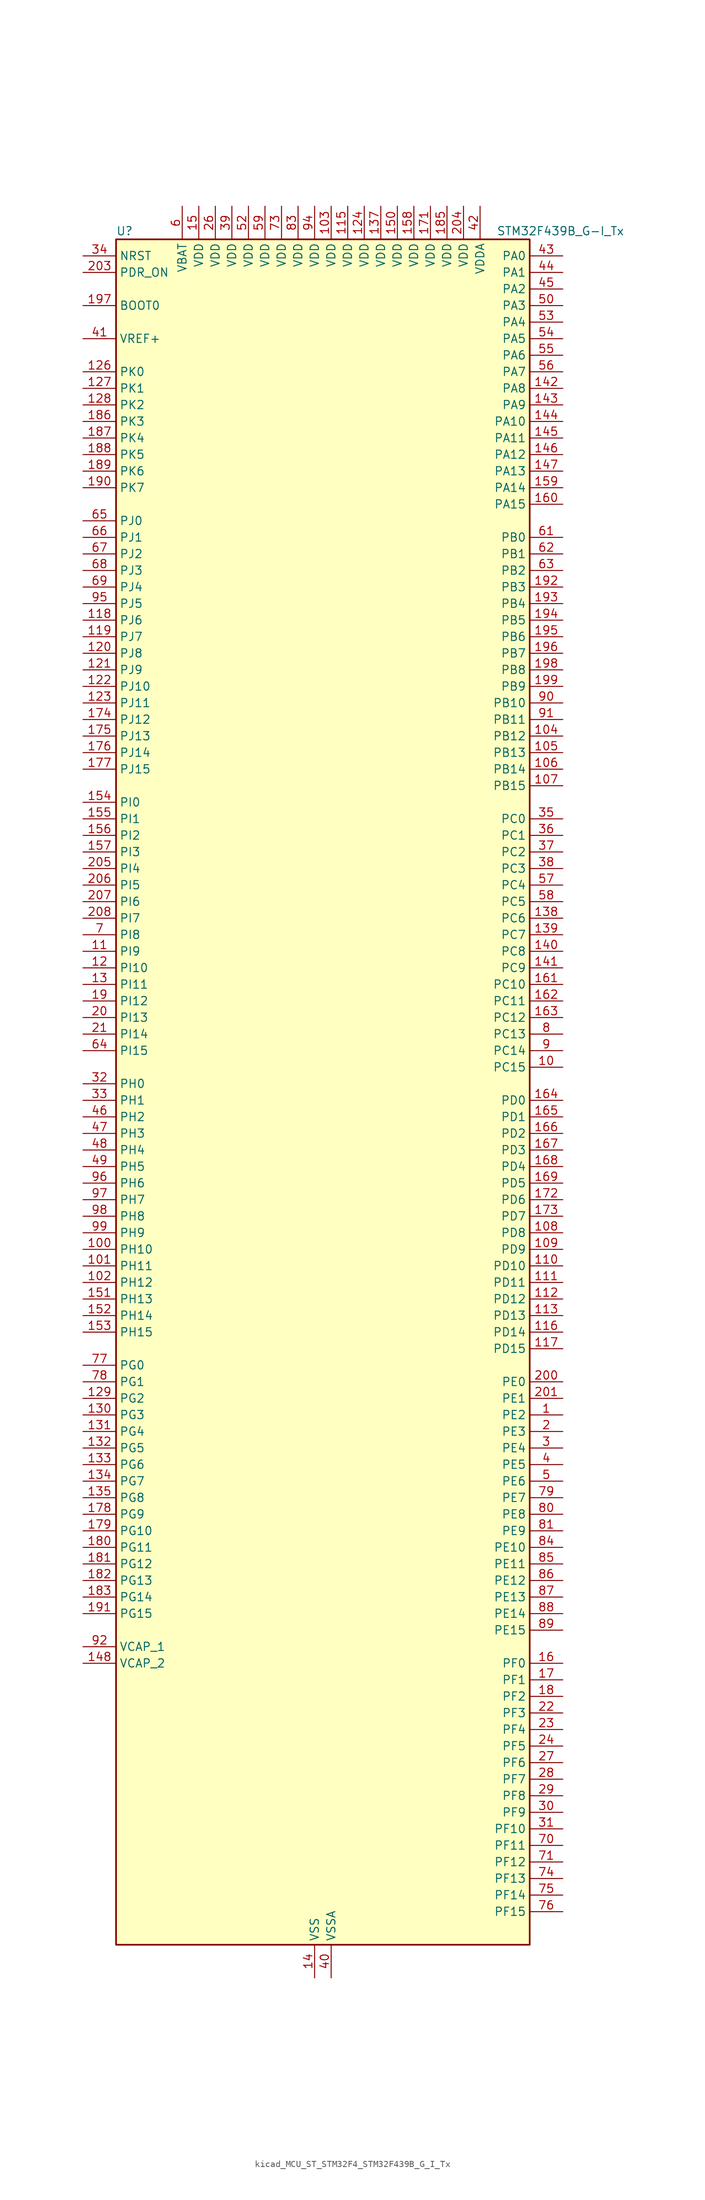
<source format=kicad_sym>
(kicad_symbol_lib
  (version 20220914)
  (generator kicad_symbol_editor)
  (symbol "kicad_MCU_ST_STM32F4_STM32F439B_G_I_Tx"
    (property "Reference" "U"
      (at -30.48 133.35 0)
      (effects (font (size 1.27 1.27)) (justify left)))
    (property "Value" "STM32F439B_G-I_Tx"
      (at 27.94 133.35 0)
      (effects (font (size 1.27 1.27)) (justify left)))
    (property "ki_locked" ""
      (at 0 0 0)
      (effects (font (size 1.27 1.27))))
    (symbol "kicad_MCU_ST_STM32F4_STM32F439B_G_I_Tx_0_1"
      (rectangle (start -30.48 -129.54) (end 33.02 132.08) (stroke (width 0.254) (type default)) (fill (type background))))
    (symbol "kicad_MCU_ST_STM32F4_STM32F439B_G_I_Tx_1_1"
      (pin bidirectional line (at 38.1 -48.26 180) (length 5.08) (name "PE2" (effects (font (size 1.27 1.27)))) (number "1" (effects (font (size 1.27 1.27)))) (alternate "ETH_TXD3" bidirectional line) (alternate "FMC_A23" bidirectional line) (alternate "SAI1_MCLK_A" bidirectional line) (alternate "SPI4_SCK" bidirectional line) (alternate "SYS_TRACECLK" bidirectional line))
      (pin bidirectional line (at 38.1 5.08 180) (length 5.08) (name "PC15" (effects (font (size 1.27 1.27)))) (number "10" (effects (font (size 1.27 1.27)))) (alternate "ADC1_EXTI15" bidirectional line) (alternate "ADC2_EXTI15" bidirectional line) (alternate "ADC3_EXTI15" bidirectional line) (alternate "RCC_OSC32_OUT" bidirectional line))
      (pin bidirectional line (at -35.56 -22.86 0) (length 5.08) (name "PH10" (effects (font (size 1.27 1.27)))) (number "100" (effects (font (size 1.27 1.27)))) (alternate "DCMI_D1" bidirectional line) (alternate "FMC_D18" bidirectional line) (alternate "LTDC_R4" bidirectional line) (alternate "TIM5_CH1" bidirectional line))
      (pin bidirectional line (at -35.56 -25.4 0) (length 5.08) (name "PH11" (effects (font (size 1.27 1.27)))) (number "101" (effects (font (size 1.27 1.27)))) (alternate "ADC1_EXTI11" bidirectional line) (alternate "ADC2_EXTI11" bidirectional line) (alternate "ADC3_EXTI11" bidirectional line) (alternate "DCMI_D2" bidirectional line) (alternate "FMC_D19" bidirectional line) (alternate "LTDC_R5" bidirectional line) (alternate "TIM5_CH2" bidirectional line))
      (pin bidirectional line (at -35.56 -27.94 0) (length 5.08) (name "PH12" (effects (font (size 1.27 1.27)))) (number "102" (effects (font (size 1.27 1.27)))) (alternate "DCMI_D3" bidirectional line) (alternate "FMC_D20" bidirectional line) (alternate "LTDC_R6" bidirectional line) (alternate "TIM5_CH3" bidirectional line))
      (pin power_in line (at 2.54 137.16 270) (length 5.08) (name "VDD" (effects (font (size 1.27 1.27)))) (number "103" (effects (font (size 1.27 1.27)))))
      (pin bidirectional line (at 38.1 55.88 180) (length 5.08) (name "PB12" (effects (font (size 1.27 1.27)))) (number "104" (effects (font (size 1.27 1.27)))) (alternate "CAN2_RX" bidirectional line) (alternate "ETH_TXD0" bidirectional line) (alternate "I2C2_SMBA" bidirectional line) (alternate "I2S2_WS" bidirectional line) (alternate "SPI2_NSS" bidirectional line) (alternate "TIM1_BKIN" bidirectional line) (alternate "USART3_CK" bidirectional line) (alternate "USB_OTG_HS_ID" bidirectional line) (alternate "USB_OTG_HS_ULPI_D5" bidirectional line))
      (pin bidirectional line (at 38.1 53.34 180) (length 5.08) (name "PB13" (effects (font (size 1.27 1.27)))) (number "105" (effects (font (size 1.27 1.27)))) (alternate "CAN2_TX" bidirectional line) (alternate "ETH_TXD1" bidirectional line) (alternate "I2S2_CK" bidirectional line) (alternate "SPI2_SCK" bidirectional line) (alternate "TIM1_CH1N" bidirectional line) (alternate "USART3_CTS" bidirectional line) (alternate "USB_OTG_HS_ULPI_D6" bidirectional line) (alternate "USB_OTG_HS_VBUS" bidirectional line))
      (pin bidirectional line (at 38.1 50.8 180) (length 5.08) (name "PB14" (effects (font (size 1.27 1.27)))) (number "106" (effects (font (size 1.27 1.27)))) (alternate "I2S2_ext_SD" bidirectional line) (alternate "SPI2_MISO" bidirectional line) (alternate "TIM12_CH1" bidirectional line) (alternate "TIM1_CH2N" bidirectional line) (alternate "TIM8_CH2N" bidirectional line) (alternate "USART3_RTS" bidirectional line) (alternate "USB_OTG_HS_DM" bidirectional line))
      (pin bidirectional line (at 38.1 48.26 180) (length 5.08) (name "PB15" (effects (font (size 1.27 1.27)))) (number "107" (effects (font (size 1.27 1.27)))) (alternate "ADC1_EXTI15" bidirectional line) (alternate "ADC2_EXTI15" bidirectional line) (alternate "ADC3_EXTI15" bidirectional line) (alternate "I2S2_SD" bidirectional line) (alternate "RTC_REFIN" bidirectional line) (alternate "SPI2_MOSI" bidirectional line) (alternate "TIM12_CH2" bidirectional line) (alternate "TIM1_CH3N" bidirectional line) (alternate "TIM8_CH3N" bidirectional line) (alternate "USB_OTG_HS_DP" bidirectional line))
      (pin bidirectional line (at 38.1 -20.32 180) (length 5.08) (name "PD8" (effects (font (size 1.27 1.27)))) (number "108" (effects (font (size 1.27 1.27)))) (alternate "FMC_D13" bidirectional line) (alternate "FMC_DA13" bidirectional line) (alternate "USART3_TX" bidirectional line))
      (pin bidirectional line (at 38.1 -22.86 180) (length 5.08) (name "PD9" (effects (font (size 1.27 1.27)))) (number "109" (effects (font (size 1.27 1.27)))) (alternate "DAC_EXTI9" bidirectional line) (alternate "FMC_D14" bidirectional line) (alternate "FMC_DA14" bidirectional line) (alternate "USART3_RX" bidirectional line))
      (pin bidirectional line (at -35.56 22.86 0) (length 5.08) (name "PI9" (effects (font (size 1.27 1.27)))) (number "11" (effects (font (size 1.27 1.27)))) (alternate "CAN1_RX" bidirectional line) (alternate "DAC_EXTI9" bidirectional line) (alternate "FMC_D30" bidirectional line) (alternate "LTDC_VSYNC" bidirectional line))
      (pin bidirectional line (at 38.1 -25.4 180) (length 5.08) (name "PD10" (effects (font (size 1.27 1.27)))) (number "110" (effects (font (size 1.27 1.27)))) (alternate "FMC_D15" bidirectional line) (alternate "FMC_DA15" bidirectional line) (alternate "LTDC_B3" bidirectional line) (alternate "USART3_CK" bidirectional line))
      (pin bidirectional line (at 38.1 -27.94 180) (length 5.08) (name "PD11" (effects (font (size 1.27 1.27)))) (number "111" (effects (font (size 1.27 1.27)))) (alternate "ADC1_EXTI11" bidirectional line) (alternate "ADC2_EXTI11" bidirectional line) (alternate "ADC3_EXTI11" bidirectional line) (alternate "FMC_A16" bidirectional line) (alternate "FMC_CLE" bidirectional line) (alternate "USART3_CTS" bidirectional line))
      (pin bidirectional line (at 38.1 -30.48 180) (length 5.08) (name "PD12" (effects (font (size 1.27 1.27)))) (number "112" (effects (font (size 1.27 1.27)))) (alternate "FMC_A17" bidirectional line) (alternate "FMC_ALE" bidirectional line) (alternate "TIM4_CH1" bidirectional line) (alternate "USART3_RTS" bidirectional line))
      (pin bidirectional line (at 38.1 -33.02 180) (length 5.08) (name "PD13" (effects (font (size 1.27 1.27)))) (number "113" (effects (font (size 1.27 1.27)))) (alternate "FMC_A18" bidirectional line) (alternate "TIM4_CH2" bidirectional line))
      (pin passive line (at 0 -134.62 90) (length 5.08) hide (name "VSS" (effects (font (size 1.27 1.27)))) (number "114" (effects (font (size 1.27 1.27)))))
      (pin power_in line (at 5.08 137.16 270) (length 5.08) (name "VDD" (effects (font (size 1.27 1.27)))) (number "115" (effects (font (size 1.27 1.27)))))
      (pin bidirectional line (at 38.1 -35.56 180) (length 5.08) (name "PD14" (effects (font (size 1.27 1.27)))) (number "116" (effects (font (size 1.27 1.27)))) (alternate "FMC_D0" bidirectional line) (alternate "FMC_DA0" bidirectional line) (alternate "TIM4_CH3" bidirectional line))
      (pin bidirectional line (at 38.1 -38.1 180) (length 5.08) (name "PD15" (effects (font (size 1.27 1.27)))) (number "117" (effects (font (size 1.27 1.27)))) (alternate "ADC1_EXTI15" bidirectional line) (alternate "ADC2_EXTI15" bidirectional line) (alternate "ADC3_EXTI15" bidirectional line) (alternate "FMC_D1" bidirectional line) (alternate "FMC_DA1" bidirectional line) (alternate "TIM4_CH4" bidirectional line))
      (pin bidirectional line (at -35.56 73.66 0) (length 5.08) (name "PJ6" (effects (font (size 1.27 1.27)))) (number "118" (effects (font (size 1.27 1.27)))) (alternate "LTDC_R7" bidirectional line))
      (pin bidirectional line (at -35.56 71.12 0) (length 5.08) (name "PJ7" (effects (font (size 1.27 1.27)))) (number "119" (effects (font (size 1.27 1.27)))) (alternate "LTDC_G0" bidirectional line))
      (pin bidirectional line (at -35.56 20.32 0) (length 5.08) (name "PI10" (effects (font (size 1.27 1.27)))) (number "12" (effects (font (size 1.27 1.27)))) (alternate "ETH_RX_ER" bidirectional line) (alternate "FMC_D31" bidirectional line) (alternate "LTDC_HSYNC" bidirectional line))
      (pin bidirectional line (at -35.56 68.58 0) (length 5.08) (name "PJ8" (effects (font (size 1.27 1.27)))) (number "120" (effects (font (size 1.27 1.27)))) (alternate "LTDC_G1" bidirectional line))
      (pin bidirectional line (at -35.56 66.04 0) (length 5.08) (name "PJ9" (effects (font (size 1.27 1.27)))) (number "121" (effects (font (size 1.27 1.27)))) (alternate "DAC_EXTI9" bidirectional line) (alternate "LTDC_G2" bidirectional line))
      (pin bidirectional line (at -35.56 63.5 0) (length 5.08) (name "PJ10" (effects (font (size 1.27 1.27)))) (number "122" (effects (font (size 1.27 1.27)))) (alternate "LTDC_G3" bidirectional line))
      (pin bidirectional line (at -35.56 60.96 0) (length 5.08) (name "PJ11" (effects (font (size 1.27 1.27)))) (number "123" (effects (font (size 1.27 1.27)))) (alternate "ADC1_EXTI11" bidirectional line) (alternate "ADC2_EXTI11" bidirectional line) (alternate "ADC3_EXTI11" bidirectional line) (alternate "LTDC_G4" bidirectional line))
      (pin power_in line (at 7.62 137.16 270) (length 5.08) (name "VDD" (effects (font (size 1.27 1.27)))) (number "124" (effects (font (size 1.27 1.27)))))
      (pin passive line (at 0 -134.62 90) (length 5.08) hide (name "VSS" (effects (font (size 1.27 1.27)))) (number "125" (effects (font (size 1.27 1.27)))))
      (pin bidirectional line (at -35.56 111.76 0) (length 5.08) (name "PK0" (effects (font (size 1.27 1.27)))) (number "126" (effects (font (size 1.27 1.27)))) (alternate "LTDC_G5" bidirectional line))
      (pin bidirectional line (at -35.56 109.22 0) (length 5.08) (name "PK1" (effects (font (size 1.27 1.27)))) (number "127" (effects (font (size 1.27 1.27)))) (alternate "LTDC_G6" bidirectional line))
      (pin bidirectional line (at -35.56 106.68 0) (length 5.08) (name "PK2" (effects (font (size 1.27 1.27)))) (number "128" (effects (font (size 1.27 1.27)))) (alternate "LTDC_G7" bidirectional line))
      (pin bidirectional line (at -35.56 -45.72 0) (length 5.08) (name "PG2" (effects (font (size 1.27 1.27)))) (number "129" (effects (font (size 1.27 1.27)))) (alternate "FMC_A12" bidirectional line))
      (pin bidirectional line (at -35.56 17.78 0) (length 5.08) (name "PI11" (effects (font (size 1.27 1.27)))) (number "13" (effects (font (size 1.27 1.27)))) (alternate "ADC1_EXTI11" bidirectional line) (alternate "ADC2_EXTI11" bidirectional line) (alternate "ADC3_EXTI11" bidirectional line) (alternate "USB_OTG_HS_ULPI_DIR" bidirectional line))
      (pin bidirectional line (at -35.56 -48.26 0) (length 5.08) (name "PG3" (effects (font (size 1.27 1.27)))) (number "130" (effects (font (size 1.27 1.27)))) (alternate "FMC_A13" bidirectional line))
      (pin bidirectional line (at -35.56 -50.8 0) (length 5.08) (name "PG4" (effects (font (size 1.27 1.27)))) (number "131" (effects (font (size 1.27 1.27)))) (alternate "FMC_A14" bidirectional line) (alternate "FMC_BA0" bidirectional line))
      (pin bidirectional line (at -35.56 -53.34 0) (length 5.08) (name "PG5" (effects (font (size 1.27 1.27)))) (number "132" (effects (font (size 1.27 1.27)))) (alternate "FMC_A15" bidirectional line) (alternate "FMC_BA1" bidirectional line))
      (pin bidirectional line (at -35.56 -55.88 0) (length 5.08) (name "PG6" (effects (font (size 1.27 1.27)))) (number "133" (effects (font (size 1.27 1.27)))) (alternate "DCMI_D12" bidirectional line) (alternate "FMC_INT2" bidirectional line) (alternate "LTDC_R7" bidirectional line))
      (pin bidirectional line (at -35.56 -58.42 0) (length 5.08) (name "PG7" (effects (font (size 1.27 1.27)))) (number "134" (effects (font (size 1.27 1.27)))) (alternate "DCMI_D13" bidirectional line) (alternate "FMC_INT3" bidirectional line) (alternate "LTDC_CLK" bidirectional line) (alternate "USART6_CK" bidirectional line))
      (pin bidirectional line (at -35.56 -60.96 0) (length 5.08) (name "PG8" (effects (font (size 1.27 1.27)))) (number "135" (effects (font (size 1.27 1.27)))) (alternate "ETH_PPS_OUT" bidirectional line) (alternate "FMC_SDCLK" bidirectional line) (alternate "SPI6_NSS" bidirectional line) (alternate "USART6_RTS" bidirectional line))
      (pin passive line (at 0 -134.62 90) (length 5.08) hide (name "VSS" (effects (font (size 1.27 1.27)))) (number "136" (effects (font (size 1.27 1.27)))))
      (pin power_in line (at 10.16 137.16 270) (length 5.08) (name "VDD" (effects (font (size 1.27 1.27)))) (number "137" (effects (font (size 1.27 1.27)))))
      (pin bidirectional line (at 38.1 27.94 180) (length 5.08) (name "PC6" (effects (font (size 1.27 1.27)))) (number "138" (effects (font (size 1.27 1.27)))) (alternate "DCMI_D0" bidirectional line) (alternate "I2S2_MCK" bidirectional line) (alternate "LTDC_HSYNC" bidirectional line) (alternate "SDIO_D6" bidirectional line) (alternate "TIM3_CH1" bidirectional line) (alternate "TIM8_CH1" bidirectional line) (alternate "USART6_TX" bidirectional line))
      (pin bidirectional line (at 38.1 25.4 180) (length 5.08) (name "PC7" (effects (font (size 1.27 1.27)))) (number "139" (effects (font (size 1.27 1.27)))) (alternate "DCMI_D1" bidirectional line) (alternate "I2S3_MCK" bidirectional line) (alternate "LTDC_G6" bidirectional line) (alternate "SDIO_D7" bidirectional line) (alternate "TIM3_CH2" bidirectional line) (alternate "TIM8_CH2" bidirectional line) (alternate "USART6_RX" bidirectional line))
      (pin power_in line (at 0 -134.62 90) (length 5.08) (name "VSS" (effects (font (size 1.27 1.27)))) (number "14" (effects (font (size 1.27 1.27)))))
      (pin bidirectional line (at 38.1 22.86 180) (length 5.08) (name "PC8" (effects (font (size 1.27 1.27)))) (number "140" (effects (font (size 1.27 1.27)))) (alternate "DCMI_D2" bidirectional line) (alternate "SDIO_D0" bidirectional line) (alternate "TIM3_CH3" bidirectional line) (alternate "TIM8_CH3" bidirectional line) (alternate "USART6_CK" bidirectional line))
      (pin bidirectional line (at 38.1 20.32 180) (length 5.08) (name "PC9" (effects (font (size 1.27 1.27)))) (number "141" (effects (font (size 1.27 1.27)))) (alternate "DAC_EXTI9" bidirectional line) (alternate "DCMI_D3" bidirectional line) (alternate "I2C3_SDA" bidirectional line) (alternate "I2S_CKIN" bidirectional line) (alternate "RCC_MCO_2" bidirectional line) (alternate "SDIO_D1" bidirectional line) (alternate "TIM3_CH4" bidirectional line) (alternate "TIM8_CH4" bidirectional line))
      (pin bidirectional line (at 38.1 109.22 180) (length 5.08) (name "PA8" (effects (font (size 1.27 1.27)))) (number "142" (effects (font (size 1.27 1.27)))) (alternate "I2C3_SCL" bidirectional line) (alternate "LTDC_R6" bidirectional line) (alternate "RCC_MCO_1" bidirectional line) (alternate "TIM1_CH1" bidirectional line) (alternate "USART1_CK" bidirectional line) (alternate "USB_OTG_FS_SOF" bidirectional line))
      (pin bidirectional line (at 38.1 106.68 180) (length 5.08) (name "PA9" (effects (font (size 1.27 1.27)))) (number "143" (effects (font (size 1.27 1.27)))) (alternate "DAC_EXTI9" bidirectional line) (alternate "DCMI_D0" bidirectional line) (alternate "I2C3_SMBA" bidirectional line) (alternate "TIM1_CH2" bidirectional line) (alternate "USART1_TX" bidirectional line) (alternate "USB_OTG_FS_VBUS" bidirectional line))
      (pin bidirectional line (at 38.1 104.14 180) (length 5.08) (name "PA10" (effects (font (size 1.27 1.27)))) (number "144" (effects (font (size 1.27 1.27)))) (alternate "DCMI_D1" bidirectional line) (alternate "TIM1_CH3" bidirectional line) (alternate "USART1_RX" bidirectional line) (alternate "USB_OTG_FS_ID" bidirectional line))
      (pin bidirectional line (at 38.1 101.6 180) (length 5.08) (name "PA11" (effects (font (size 1.27 1.27)))) (number "145" (effects (font (size 1.27 1.27)))) (alternate "ADC1_EXTI11" bidirectional line) (alternate "ADC2_EXTI11" bidirectional line) (alternate "ADC3_EXTI11" bidirectional line) (alternate "CAN1_RX" bidirectional line) (alternate "LTDC_R4" bidirectional line) (alternate "TIM1_CH4" bidirectional line) (alternate "USART1_CTS" bidirectional line) (alternate "USB_OTG_FS_DM" bidirectional line))
      (pin bidirectional line (at 38.1 99.06 180) (length 5.08) (name "PA12" (effects (font (size 1.27 1.27)))) (number "146" (effects (font (size 1.27 1.27)))) (alternate "CAN1_TX" bidirectional line) (alternate "LTDC_R5" bidirectional line) (alternate "TIM1_ETR" bidirectional line) (alternate "USART1_RTS" bidirectional line) (alternate "USB_OTG_FS_DP" bidirectional line))
      (pin bidirectional line (at 38.1 96.52 180) (length 5.08) (name "PA13" (effects (font (size 1.27 1.27)))) (number "147" (effects (font (size 1.27 1.27)))) (alternate "SYS_JTMS-SWDIO" bidirectional line))
      (pin power_out line (at -35.56 -86.36 0) (length 5.08) (name "VCAP_2" (effects (font (size 1.27 1.27)))) (number "148" (effects (font (size 1.27 1.27)))))
      (pin passive line (at 0 -134.62 90) (length 5.08) hide (name "VSS" (effects (font (size 1.27 1.27)))) (number "149" (effects (font (size 1.27 1.27)))))
      (pin power_in line (at -17.78 137.16 270) (length 5.08) (name "VDD" (effects (font (size 1.27 1.27)))) (number "15" (effects (font (size 1.27 1.27)))))
      (pin power_in line (at 12.7 137.16 270) (length 5.08) (name "VDD" (effects (font (size 1.27 1.27)))) (number "150" (effects (font (size 1.27 1.27)))))
      (pin bidirectional line (at -35.56 -30.48 0) (length 5.08) (name "PH13" (effects (font (size 1.27 1.27)))) (number "151" (effects (font (size 1.27 1.27)))) (alternate "CAN1_TX" bidirectional line) (alternate "FMC_D21" bidirectional line) (alternate "LTDC_G2" bidirectional line) (alternate "TIM8_CH1N" bidirectional line))
      (pin bidirectional line (at -35.56 -33.02 0) (length 5.08) (name "PH14" (effects (font (size 1.27 1.27)))) (number "152" (effects (font (size 1.27 1.27)))) (alternate "DCMI_D4" bidirectional line) (alternate "FMC_D22" bidirectional line) (alternate "LTDC_G3" bidirectional line) (alternate "TIM8_CH2N" bidirectional line))
      (pin bidirectional line (at -35.56 -35.56 0) (length 5.08) (name "PH15" (effects (font (size 1.27 1.27)))) (number "153" (effects (font (size 1.27 1.27)))) (alternate "ADC1_EXTI15" bidirectional line) (alternate "ADC2_EXTI15" bidirectional line) (alternate "ADC3_EXTI15" bidirectional line) (alternate "DCMI_D11" bidirectional line) (alternate "FMC_D23" bidirectional line) (alternate "LTDC_G4" bidirectional line) (alternate "TIM8_CH3N" bidirectional line))
      (pin bidirectional line (at -35.56 45.72 0) (length 5.08) (name "PI0" (effects (font (size 1.27 1.27)))) (number "154" (effects (font (size 1.27 1.27)))) (alternate "DCMI_D13" bidirectional line) (alternate "FMC_D24" bidirectional line) (alternate "I2S2_WS" bidirectional line) (alternate "LTDC_G5" bidirectional line) (alternate "SPI2_NSS" bidirectional line) (alternate "TIM5_CH4" bidirectional line))
      (pin bidirectional line (at -35.56 43.18 0) (length 5.08) (name "PI1" (effects (font (size 1.27 1.27)))) (number "155" (effects (font (size 1.27 1.27)))) (alternate "DCMI_D8" bidirectional line) (alternate "FMC_D25" bidirectional line) (alternate "I2S2_CK" bidirectional line) (alternate "LTDC_G6" bidirectional line) (alternate "SPI2_SCK" bidirectional line))
      (pin bidirectional line (at -35.56 40.64 0) (length 5.08) (name "PI2" (effects (font (size 1.27 1.27)))) (number "156" (effects (font (size 1.27 1.27)))) (alternate "DCMI_D9" bidirectional line) (alternate "FMC_D26" bidirectional line) (alternate "I2S2_ext_SD" bidirectional line) (alternate "LTDC_G7" bidirectional line) (alternate "SPI2_MISO" bidirectional line) (alternate "TIM8_CH4" bidirectional line))
      (pin bidirectional line (at -35.56 38.1 0) (length 5.08) (name "PI3" (effects (font (size 1.27 1.27)))) (number "157" (effects (font (size 1.27 1.27)))) (alternate "DCMI_D10" bidirectional line) (alternate "FMC_D27" bidirectional line) (alternate "I2S2_SD" bidirectional line) (alternate "SPI2_MOSI" bidirectional line) (alternate "TIM8_ETR" bidirectional line))
      (pin power_in line (at 15.24 137.16 270) (length 5.08) (name "VDD" (effects (font (size 1.27 1.27)))) (number "158" (effects (font (size 1.27 1.27)))))
      (pin bidirectional line (at 38.1 93.98 180) (length 5.08) (name "PA14" (effects (font (size 1.27 1.27)))) (number "159" (effects (font (size 1.27 1.27)))) (alternate "SYS_JTCK-SWCLK" bidirectional line))
      (pin bidirectional line (at 38.1 -86.36 180) (length 5.08) (name "PF0" (effects (font (size 1.27 1.27)))) (number "16" (effects (font (size 1.27 1.27)))) (alternate "FMC_A0" bidirectional line) (alternate "I2C2_SDA" bidirectional line))
      (pin bidirectional line (at 38.1 91.44 180) (length 5.08) (name "PA15" (effects (font (size 1.27 1.27)))) (number "160" (effects (font (size 1.27 1.27)))) (alternate "ADC1_EXTI15" bidirectional line) (alternate "ADC2_EXTI15" bidirectional line) (alternate "ADC3_EXTI15" bidirectional line) (alternate "I2S3_WS" bidirectional line) (alternate "SPI1_NSS" bidirectional line) (alternate "SPI3_NSS" bidirectional line) (alternate "SYS_JTDI" bidirectional line) (alternate "TIM2_CH1" bidirectional line) (alternate "TIM2_ETR" bidirectional line))
      (pin bidirectional line (at 38.1 17.78 180) (length 5.08) (name "PC10" (effects (font (size 1.27 1.27)))) (number "161" (effects (font (size 1.27 1.27)))) (alternate "DCMI_D8" bidirectional line) (alternate "I2S3_CK" bidirectional line) (alternate "LTDC_R2" bidirectional line) (alternate "SDIO_D2" bidirectional line) (alternate "SPI3_SCK" bidirectional line) (alternate "UART4_TX" bidirectional line) (alternate "USART3_TX" bidirectional line))
      (pin bidirectional line (at 38.1 15.24 180) (length 5.08) (name "PC11" (effects (font (size 1.27 1.27)))) (number "162" (effects (font (size 1.27 1.27)))) (alternate "ADC1_EXTI11" bidirectional line) (alternate "ADC2_EXTI11" bidirectional line) (alternate "ADC3_EXTI11" bidirectional line) (alternate "DCMI_D4" bidirectional line) (alternate "I2S3_ext_SD" bidirectional line) (alternate "SDIO_D3" bidirectional line) (alternate "SPI3_MISO" bidirectional line) (alternate "UART4_RX" bidirectional line) (alternate "USART3_RX" bidirectional line))
      (pin bidirectional line (at 38.1 12.7 180) (length 5.08) (name "PC12" (effects (font (size 1.27 1.27)))) (number "163" (effects (font (size 1.27 1.27)))) (alternate "DCMI_D9" bidirectional line) (alternate "I2S3_SD" bidirectional line) (alternate "SDIO_CK" bidirectional line) (alternate "SPI3_MOSI" bidirectional line) (alternate "UART5_TX" bidirectional line) (alternate "USART3_CK" bidirectional line))
      (pin bidirectional line (at 38.1 0 180) (length 5.08) (name "PD0" (effects (font (size 1.27 1.27)))) (number "164" (effects (font (size 1.27 1.27)))) (alternate "CAN1_RX" bidirectional line) (alternate "FMC_D2" bidirectional line) (alternate "FMC_DA2" bidirectional line))
      (pin bidirectional line (at 38.1 -2.54 180) (length 5.08) (name "PD1" (effects (font (size 1.27 1.27)))) (number "165" (effects (font (size 1.27 1.27)))) (alternate "CAN1_TX" bidirectional line) (alternate "FMC_D3" bidirectional line) (alternate "FMC_DA3" bidirectional line))
      (pin bidirectional line (at 38.1 -5.08 180) (length 5.08) (name "PD2" (effects (font (size 1.27 1.27)))) (number "166" (effects (font (size 1.27 1.27)))) (alternate "DCMI_D11" bidirectional line) (alternate "SDIO_CMD" bidirectional line) (alternate "TIM3_ETR" bidirectional line) (alternate "UART5_RX" bidirectional line))
      (pin bidirectional line (at 38.1 -7.62 180) (length 5.08) (name "PD3" (effects (font (size 1.27 1.27)))) (number "167" (effects (font (size 1.27 1.27)))) (alternate "DCMI_D5" bidirectional line) (alternate "FMC_CLK" bidirectional line) (alternate "I2S2_CK" bidirectional line) (alternate "LTDC_G7" bidirectional line) (alternate "SPI2_SCK" bidirectional line) (alternate "USART2_CTS" bidirectional line))
      (pin bidirectional line (at 38.1 -10.16 180) (length 5.08) (name "PD4" (effects (font (size 1.27 1.27)))) (number "168" (effects (font (size 1.27 1.27)))) (alternate "FMC_NOE" bidirectional line) (alternate "USART2_RTS" bidirectional line))
      (pin bidirectional line (at 38.1 -12.7 180) (length 5.08) (name "PD5" (effects (font (size 1.27 1.27)))) (number "169" (effects (font (size 1.27 1.27)))) (alternate "FMC_NWE" bidirectional line) (alternate "USART2_TX" bidirectional line))
      (pin bidirectional line (at 38.1 -88.9 180) (length 5.08) (name "PF1" (effects (font (size 1.27 1.27)))) (number "17" (effects (font (size 1.27 1.27)))) (alternate "FMC_A1" bidirectional line) (alternate "I2C2_SCL" bidirectional line))
      (pin passive line (at 0 -134.62 90) (length 5.08) hide (name "VSS" (effects (font (size 1.27 1.27)))) (number "170" (effects (font (size 1.27 1.27)))))
      (pin power_in line (at 17.78 137.16 270) (length 5.08) (name "VDD" (effects (font (size 1.27 1.27)))) (number "171" (effects (font (size 1.27 1.27)))))
      (pin bidirectional line (at 38.1 -15.24 180) (length 5.08) (name "PD6" (effects (font (size 1.27 1.27)))) (number "172" (effects (font (size 1.27 1.27)))) (alternate "DCMI_D10" bidirectional line) (alternate "FMC_NWAIT" bidirectional line) (alternate "I2S3_SD" bidirectional line) (alternate "LTDC_B2" bidirectional line) (alternate "SAI1_SD_A" bidirectional line) (alternate "SPI3_MOSI" bidirectional line) (alternate "USART2_RX" bidirectional line))
      (pin bidirectional line (at 38.1 -17.78 180) (length 5.08) (name "PD7" (effects (font (size 1.27 1.27)))) (number "173" (effects (font (size 1.27 1.27)))) (alternate "FMC_NCE2" bidirectional line) (alternate "FMC_NE1" bidirectional line) (alternate "USART2_CK" bidirectional line))
      (pin bidirectional line (at -35.56 58.42 0) (length 5.08) (name "PJ12" (effects (font (size 1.27 1.27)))) (number "174" (effects (font (size 1.27 1.27)))) (alternate "LTDC_B0" bidirectional line))
      (pin bidirectional line (at -35.56 55.88 0) (length 5.08) (name "PJ13" (effects (font (size 1.27 1.27)))) (number "175" (effects (font (size 1.27 1.27)))) (alternate "LTDC_B1" bidirectional line))
      (pin bidirectional line (at -35.56 53.34 0) (length 5.08) (name "PJ14" (effects (font (size 1.27 1.27)))) (number "176" (effects (font (size 1.27 1.27)))) (alternate "LTDC_B2" bidirectional line))
      (pin bidirectional line (at -35.56 50.8 0) (length 5.08) (name "PJ15" (effects (font (size 1.27 1.27)))) (number "177" (effects (font (size 1.27 1.27)))) (alternate "ADC1_EXTI15" bidirectional line) (alternate "ADC2_EXTI15" bidirectional line) (alternate "ADC3_EXTI15" bidirectional line) (alternate "LTDC_B3" bidirectional line))
      (pin bidirectional line (at -35.56 -63.5 0) (length 5.08) (name "PG9" (effects (font (size 1.27 1.27)))) (number "178" (effects (font (size 1.27 1.27)))) (alternate "DAC_EXTI9" bidirectional line) (alternate "DCMI_VSYNC" bidirectional line) (alternate "FMC_NCE3" bidirectional line) (alternate "FMC_NE2" bidirectional line) (alternate "USART6_RX" bidirectional line))
      (pin bidirectional line (at -35.56 -66.04 0) (length 5.08) (name "PG10" (effects (font (size 1.27 1.27)))) (number "179" (effects (font (size 1.27 1.27)))) (alternate "DCMI_D2" bidirectional line) (alternate "FMC_NCE4_1" bidirectional line) (alternate "FMC_NE3" bidirectional line) (alternate "LTDC_B2" bidirectional line) (alternate "LTDC_G3" bidirectional line))
      (pin bidirectional line (at 38.1 -91.44 180) (length 5.08) (name "PF2" (effects (font (size 1.27 1.27)))) (number "18" (effects (font (size 1.27 1.27)))) (alternate "FMC_A2" bidirectional line) (alternate "I2C2_SMBA" bidirectional line))
      (pin bidirectional line (at -35.56 -68.58 0) (length 5.08) (name "PG11" (effects (font (size 1.27 1.27)))) (number "180" (effects (font (size 1.27 1.27)))) (alternate "ADC1_EXTI11" bidirectional line) (alternate "ADC2_EXTI11" bidirectional line) (alternate "ADC3_EXTI11" bidirectional line) (alternate "DCMI_D3" bidirectional line) (alternate "ETH_TX_EN" bidirectional line) (alternate "FMC_NCE4_2" bidirectional line) (alternate "LTDC_B3" bidirectional line))
      (pin bidirectional line (at -35.56 -71.12 0) (length 5.08) (name "PG12" (effects (font (size 1.27 1.27)))) (number "181" (effects (font (size 1.27 1.27)))) (alternate "FMC_NE4" bidirectional line) (alternate "LTDC_B1" bidirectional line) (alternate "LTDC_B4" bidirectional line) (alternate "SPI6_MISO" bidirectional line) (alternate "USART6_RTS" bidirectional line))
      (pin bidirectional line (at -35.56 -73.66 0) (length 5.08) (name "PG13" (effects (font (size 1.27 1.27)))) (number "182" (effects (font (size 1.27 1.27)))) (alternate "ETH_TXD0" bidirectional line) (alternate "FMC_A24" bidirectional line) (alternate "SPI6_SCK" bidirectional line) (alternate "USART6_CTS" bidirectional line))
      (pin bidirectional line (at -35.56 -76.2 0) (length 5.08) (name "PG14" (effects (font (size 1.27 1.27)))) (number "183" (effects (font (size 1.27 1.27)))) (alternate "ETH_TXD1" bidirectional line) (alternate "FMC_A25" bidirectional line) (alternate "SPI6_MOSI" bidirectional line) (alternate "USART6_TX" bidirectional line))
      (pin passive line (at 0 -134.62 90) (length 5.08) hide (name "VSS" (effects (font (size 1.27 1.27)))) (number "184" (effects (font (size 1.27 1.27)))))
      (pin power_in line (at 20.32 137.16 270) (length 5.08) (name "VDD" (effects (font (size 1.27 1.27)))) (number "185" (effects (font (size 1.27 1.27)))))
      (pin bidirectional line (at -35.56 104.14 0) (length 5.08) (name "PK3" (effects (font (size 1.27 1.27)))) (number "186" (effects (font (size 1.27 1.27)))) (alternate "LTDC_B4" bidirectional line))
      (pin bidirectional line (at -35.56 101.6 0) (length 5.08) (name "PK4" (effects (font (size 1.27 1.27)))) (number "187" (effects (font (size 1.27 1.27)))) (alternate "LTDC_B5" bidirectional line))
      (pin bidirectional line (at -35.56 99.06 0) (length 5.08) (name "PK5" (effects (font (size 1.27 1.27)))) (number "188" (effects (font (size 1.27 1.27)))) (alternate "LTDC_B6" bidirectional line))
      (pin bidirectional line (at -35.56 96.52 0) (length 5.08) (name "PK6" (effects (font (size 1.27 1.27)))) (number "189" (effects (font (size 1.27 1.27)))) (alternate "LTDC_B7" bidirectional line))
      (pin bidirectional line (at -35.56 15.24 0) (length 5.08) (name "PI12" (effects (font (size 1.27 1.27)))) (number "19" (effects (font (size 1.27 1.27)))) (alternate "LTDC_HSYNC" bidirectional line))
      (pin bidirectional line (at -35.56 93.98 0) (length 5.08) (name "PK7" (effects (font (size 1.27 1.27)))) (number "190" (effects (font (size 1.27 1.27)))) (alternate "LTDC_DE" bidirectional line))
      (pin bidirectional line (at -35.56 -78.74 0) (length 5.08) (name "PG15" (effects (font (size 1.27 1.27)))) (number "191" (effects (font (size 1.27 1.27)))) (alternate "ADC1_EXTI15" bidirectional line) (alternate "ADC2_EXTI15" bidirectional line) (alternate "ADC3_EXTI15" bidirectional line) (alternate "DCMI_D13" bidirectional line) (alternate "FMC_SDNCAS" bidirectional line) (alternate "USART6_CTS" bidirectional line))
      (pin bidirectional line (at 38.1 78.74 180) (length 5.08) (name "PB3" (effects (font (size 1.27 1.27)))) (number "192" (effects (font (size 1.27 1.27)))) (alternate "I2S3_CK" bidirectional line) (alternate "SPI1_SCK" bidirectional line) (alternate "SPI3_SCK" bidirectional line) (alternate "SYS_JTDO-SWO" bidirectional line) (alternate "TIM2_CH2" bidirectional line))
      (pin bidirectional line (at 38.1 76.2 180) (length 5.08) (name "PB4" (effects (font (size 1.27 1.27)))) (number "193" (effects (font (size 1.27 1.27)))) (alternate "I2S3_ext_SD" bidirectional line) (alternate "SPI1_MISO" bidirectional line) (alternate "SPI3_MISO" bidirectional line) (alternate "SYS_JTRST" bidirectional line) (alternate "TIM3_CH1" bidirectional line))
      (pin bidirectional line (at 38.1 73.66 180) (length 5.08) (name "PB5" (effects (font (size 1.27 1.27)))) (number "194" (effects (font (size 1.27 1.27)))) (alternate "CAN2_RX" bidirectional line) (alternate "DCMI_D10" bidirectional line) (alternate "ETH_PPS_OUT" bidirectional line) (alternate "FMC_SDCKE1" bidirectional line) (alternate "I2C1_SMBA" bidirectional line) (alternate "I2S3_SD" bidirectional line) (alternate "SPI1_MOSI" bidirectional line) (alternate "SPI3_MOSI" bidirectional line) (alternate "TIM3_CH2" bidirectional line) (alternate "USB_OTG_HS_ULPI_D7" bidirectional line))
      (pin bidirectional line (at 38.1 71.12 180) (length 5.08) (name "PB6" (effects (font (size 1.27 1.27)))) (number "195" (effects (font (size 1.27 1.27)))) (alternate "CAN2_TX" bidirectional line) (alternate "DCMI_D5" bidirectional line) (alternate "FMC_SDNE1" bidirectional line) (alternate "I2C1_SCL" bidirectional line) (alternate "TIM4_CH1" bidirectional line) (alternate "USART1_TX" bidirectional line))
      (pin bidirectional line (at 38.1 68.58 180) (length 5.08) (name "PB7" (effects (font (size 1.27 1.27)))) (number "196" (effects (font (size 1.27 1.27)))) (alternate "DCMI_VSYNC" bidirectional line) (alternate "FMC_NL" bidirectional line) (alternate "I2C1_SDA" bidirectional line) (alternate "TIM4_CH2" bidirectional line) (alternate "USART1_RX" bidirectional line))
      (pin input line (at -35.56 121.92 0) (length 5.08) (name "BOOT0" (effects (font (size 1.27 1.27)))) (number "197" (effects (font (size 1.27 1.27)))))
      (pin bidirectional line (at 38.1 66.04 180) (length 5.08) (name "PB8" (effects (font (size 1.27 1.27)))) (number "198" (effects (font (size 1.27 1.27)))) (alternate "CAN1_RX" bidirectional line) (alternate "DCMI_D6" bidirectional line) (alternate "ETH_TXD3" bidirectional line) (alternate "I2C1_SCL" bidirectional line) (alternate "LTDC_B6" bidirectional line) (alternate "SDIO_D4" bidirectional line) (alternate "TIM10_CH1" bidirectional line) (alternate "TIM4_CH3" bidirectional line))
      (pin bidirectional line (at 38.1 63.5 180) (length 5.08) (name "PB9" (effects (font (size 1.27 1.27)))) (number "199" (effects (font (size 1.27 1.27)))) (alternate "CAN1_TX" bidirectional line) (alternate "DAC_EXTI9" bidirectional line) (alternate "DCMI_D7" bidirectional line) (alternate "I2C1_SDA" bidirectional line) (alternate "I2S2_WS" bidirectional line) (alternate "LTDC_B7" bidirectional line) (alternate "SDIO_D5" bidirectional line) (alternate "SPI2_NSS" bidirectional line) (alternate "TIM11_CH1" bidirectional line) (alternate "TIM4_CH4" bidirectional line))
      (pin bidirectional line (at 38.1 -50.8 180) (length 5.08) (name "PE3" (effects (font (size 1.27 1.27)))) (number "2" (effects (font (size 1.27 1.27)))) (alternate "FMC_A19" bidirectional line) (alternate "SAI1_SD_B" bidirectional line) (alternate "SYS_TRACED0" bidirectional line))
      (pin bidirectional line (at -35.56 12.7 0) (length 5.08) (name "PI13" (effects (font (size 1.27 1.27)))) (number "20" (effects (font (size 1.27 1.27)))) (alternate "LTDC_VSYNC" bidirectional line))
      (pin bidirectional line (at 38.1 -43.18 180) (length 5.08) (name "PE0" (effects (font (size 1.27 1.27)))) (number "200" (effects (font (size 1.27 1.27)))) (alternate "DCMI_D2" bidirectional line) (alternate "FMC_NBL0" bidirectional line) (alternate "TIM4_ETR" bidirectional line) (alternate "UART8_RX" bidirectional line))
      (pin bidirectional line (at 38.1 -45.72 180) (length 5.08) (name "PE1" (effects (font (size 1.27 1.27)))) (number "201" (effects (font (size 1.27 1.27)))) (alternate "DCMI_D3" bidirectional line) (alternate "FMC_NBL1" bidirectional line) (alternate "UART8_TX" bidirectional line))
      (pin passive line (at 0 -134.62 90) (length 5.08) hide (name "VSS" (effects (font (size 1.27 1.27)))) (number "202" (effects (font (size 1.27 1.27)))))
      (pin input line (at -35.56 127 0) (length 5.08) (name "PDR_ON" (effects (font (size 1.27 1.27)))) (number "203" (effects (font (size 1.27 1.27)))))
      (pin power_in line (at 22.86 137.16 270) (length 5.08) (name "VDD" (effects (font (size 1.27 1.27)))) (number "204" (effects (font (size 1.27 1.27)))))
      (pin bidirectional line (at -35.56 35.56 0) (length 5.08) (name "PI4" (effects (font (size 1.27 1.27)))) (number "205" (effects (font (size 1.27 1.27)))) (alternate "DCMI_D5" bidirectional line) (alternate "FMC_NBL2" bidirectional line) (alternate "LTDC_B4" bidirectional line) (alternate "TIM8_BKIN" bidirectional line))
      (pin bidirectional line (at -35.56 33.02 0) (length 5.08) (name "PI5" (effects (font (size 1.27 1.27)))) (number "206" (effects (font (size 1.27 1.27)))) (alternate "DCMI_VSYNC" bidirectional line) (alternate "FMC_NBL3" bidirectional line) (alternate "LTDC_B5" bidirectional line) (alternate "TIM8_CH1" bidirectional line))
      (pin bidirectional line (at -35.56 30.48 0) (length 5.08) (name "PI6" (effects (font (size 1.27 1.27)))) (number "207" (effects (font (size 1.27 1.27)))) (alternate "DCMI_D6" bidirectional line) (alternate "FMC_D28" bidirectional line) (alternate "LTDC_B6" bidirectional line) (alternate "TIM8_CH2" bidirectional line))
      (pin bidirectional line (at -35.56 27.94 0) (length 5.08) (name "PI7" (effects (font (size 1.27 1.27)))) (number "208" (effects (font (size 1.27 1.27)))) (alternate "DCMI_D7" bidirectional line) (alternate "FMC_D29" bidirectional line) (alternate "LTDC_B7" bidirectional line) (alternate "TIM8_CH3" bidirectional line))
      (pin bidirectional line (at -35.56 10.16 0) (length 5.08) (name "PI14" (effects (font (size 1.27 1.27)))) (number "21" (effects (font (size 1.27 1.27)))) (alternate "LTDC_CLK" bidirectional line))
      (pin bidirectional line (at 38.1 -93.98 180) (length 5.08) (name "PF3" (effects (font (size 1.27 1.27)))) (number "22" (effects (font (size 1.27 1.27)))) (alternate "ADC3_IN9" bidirectional line) (alternate "FMC_A3" bidirectional line))
      (pin bidirectional line (at 38.1 -96.52 180) (length 5.08) (name "PF4" (effects (font (size 1.27 1.27)))) (number "23" (effects (font (size 1.27 1.27)))) (alternate "ADC3_IN14" bidirectional line) (alternate "FMC_A4" bidirectional line))
      (pin bidirectional line (at 38.1 -99.06 180) (length 5.08) (name "PF5" (effects (font (size 1.27 1.27)))) (number "24" (effects (font (size 1.27 1.27)))) (alternate "ADC3_IN15" bidirectional line) (alternate "FMC_A5" bidirectional line))
      (pin passive line (at 0 -134.62 90) (length 5.08) hide (name "VSS" (effects (font (size 1.27 1.27)))) (number "25" (effects (font (size 1.27 1.27)))))
      (pin power_in line (at -15.24 137.16 270) (length 5.08) (name "VDD" (effects (font (size 1.27 1.27)))) (number "26" (effects (font (size 1.27 1.27)))))
      (pin bidirectional line (at 38.1 -101.6 180) (length 5.08) (name "PF6" (effects (font (size 1.27 1.27)))) (number "27" (effects (font (size 1.27 1.27)))) (alternate "ADC3_IN4" bidirectional line) (alternate "FMC_NIORD" bidirectional line) (alternate "SAI1_SD_B" bidirectional line) (alternate "SPI5_NSS" bidirectional line) (alternate "TIM10_CH1" bidirectional line) (alternate "UART7_RX" bidirectional line))
      (pin bidirectional line (at 38.1 -104.14 180) (length 5.08) (name "PF7" (effects (font (size 1.27 1.27)))) (number "28" (effects (font (size 1.27 1.27)))) (alternate "ADC3_IN5" bidirectional line) (alternate "FMC_NREG" bidirectional line) (alternate "SAI1_MCLK_B" bidirectional line) (alternate "SPI5_SCK" bidirectional line) (alternate "TIM11_CH1" bidirectional line) (alternate "UART7_TX" bidirectional line))
      (pin bidirectional line (at 38.1 -106.68 180) (length 5.08) (name "PF8" (effects (font (size 1.27 1.27)))) (number "29" (effects (font (size 1.27 1.27)))) (alternate "ADC3_IN6" bidirectional line) (alternate "FMC_NIOWR" bidirectional line) (alternate "SAI1_SCK_B" bidirectional line) (alternate "SPI5_MISO" bidirectional line) (alternate "TIM13_CH1" bidirectional line))
      (pin bidirectional line (at 38.1 -53.34 180) (length 5.08) (name "PE4" (effects (font (size 1.27 1.27)))) (number "3" (effects (font (size 1.27 1.27)))) (alternate "DCMI_D4" bidirectional line) (alternate "FMC_A20" bidirectional line) (alternate "LTDC_B0" bidirectional line) (alternate "SAI1_FS_A" bidirectional line) (alternate "SPI4_NSS" bidirectional line) (alternate "SYS_TRACED1" bidirectional line))
      (pin bidirectional line (at 38.1 -109.22 180) (length 5.08) (name "PF9" (effects (font (size 1.27 1.27)))) (number "30" (effects (font (size 1.27 1.27)))) (alternate "ADC3_IN7" bidirectional line) (alternate "DAC_EXTI9" bidirectional line) (alternate "FMC_CD" bidirectional line) (alternate "SAI1_FS_B" bidirectional line) (alternate "SPI5_MOSI" bidirectional line) (alternate "TIM14_CH1" bidirectional line))
      (pin bidirectional line (at 38.1 -111.76 180) (length 5.08) (name "PF10" (effects (font (size 1.27 1.27)))) (number "31" (effects (font (size 1.27 1.27)))) (alternate "ADC3_IN8" bidirectional line) (alternate "DCMI_D11" bidirectional line) (alternate "FMC_INTR" bidirectional line) (alternate "LTDC_DE" bidirectional line))
      (pin bidirectional line (at -35.56 2.54 0) (length 5.08) (name "PH0" (effects (font (size 1.27 1.27)))) (number "32" (effects (font (size 1.27 1.27)))) (alternate "RCC_OSC_IN" bidirectional line))
      (pin bidirectional line (at -35.56 0 0) (length 5.08) (name "PH1" (effects (font (size 1.27 1.27)))) (number "33" (effects (font (size 1.27 1.27)))) (alternate "RCC_OSC_OUT" bidirectional line))
      (pin input line (at -35.56 129.54 0) (length 5.08) (name "NRST" (effects (font (size 1.27 1.27)))) (number "34" (effects (font (size 1.27 1.27)))))
      (pin bidirectional line (at 38.1 43.18 180) (length 5.08) (name "PC0" (effects (font (size 1.27 1.27)))) (number "35" (effects (font (size 1.27 1.27)))) (alternate "ADC1_IN10" bidirectional line) (alternate "ADC2_IN10" bidirectional line) (alternate "ADC3_IN10" bidirectional line) (alternate "FMC_SDNWE" bidirectional line) (alternate "USB_OTG_HS_ULPI_STP" bidirectional line))
      (pin bidirectional line (at 38.1 40.64 180) (length 5.08) (name "PC1" (effects (font (size 1.27 1.27)))) (number "36" (effects (font (size 1.27 1.27)))) (alternate "ADC1_IN11" bidirectional line) (alternate "ADC2_IN11" bidirectional line) (alternate "ADC3_IN11" bidirectional line) (alternate "ETH_MDC" bidirectional line))
      (pin bidirectional line (at 38.1 38.1 180) (length 5.08) (name "PC2" (effects (font (size 1.27 1.27)))) (number "37" (effects (font (size 1.27 1.27)))) (alternate "ADC1_IN12" bidirectional line) (alternate "ADC2_IN12" bidirectional line) (alternate "ADC3_IN12" bidirectional line) (alternate "ETH_TXD2" bidirectional line) (alternate "FMC_SDNE0" bidirectional line) (alternate "I2S2_ext_SD" bidirectional line) (alternate "SPI2_MISO" bidirectional line) (alternate "USB_OTG_HS_ULPI_DIR" bidirectional line))
      (pin bidirectional line (at 38.1 35.56 180) (length 5.08) (name "PC3" (effects (font (size 1.27 1.27)))) (number "38" (effects (font (size 1.27 1.27)))) (alternate "ADC1_IN13" bidirectional line) (alternate "ADC2_IN13" bidirectional line) (alternate "ADC3_IN13" bidirectional line) (alternate "ETH_TX_CLK" bidirectional line) (alternate "FMC_SDCKE0" bidirectional line) (alternate "I2S2_SD" bidirectional line) (alternate "SPI2_MOSI" bidirectional line) (alternate "USB_OTG_HS_ULPI_NXT" bidirectional line))
      (pin power_in line (at -12.7 137.16 270) (length 5.08) (name "VDD" (effects (font (size 1.27 1.27)))) (number "39" (effects (font (size 1.27 1.27)))))
      (pin bidirectional line (at 38.1 -55.88 180) (length 5.08) (name "PE5" (effects (font (size 1.27 1.27)))) (number "4" (effects (font (size 1.27 1.27)))) (alternate "DCMI_D6" bidirectional line) (alternate "FMC_A21" bidirectional line) (alternate "LTDC_G0" bidirectional line) (alternate "SAI1_SCK_A" bidirectional line) (alternate "SPI4_MISO" bidirectional line) (alternate "SYS_TRACED2" bidirectional line) (alternate "TIM9_CH1" bidirectional line))
      (pin power_in line (at 2.54 -134.62 90) (length 5.08) (name "VSSA" (effects (font (size 1.27 1.27)))) (number "40" (effects (font (size 1.27 1.27)))))
      (pin input line (at -35.56 116.84 0) (length 5.08) (name "VREF+" (effects (font (size 1.27 1.27)))) (number "41" (effects (font (size 1.27 1.27)))))
      (pin power_in line (at 25.4 137.16 270) (length 5.08) (name "VDDA" (effects (font (size 1.27 1.27)))) (number "42" (effects (font (size 1.27 1.27)))))
      (pin bidirectional line (at 38.1 129.54 180) (length 5.08) (name "PA0" (effects (font (size 1.27 1.27)))) (number "43" (effects (font (size 1.27 1.27)))) (alternate "ADC1_IN0" bidirectional line) (alternate "ADC2_IN0" bidirectional line) (alternate "ADC3_IN0" bidirectional line) (alternate "ETH_CRS" bidirectional line) (alternate "SYS_WKUP" bidirectional line) (alternate "TIM2_CH1" bidirectional line) (alternate "TIM2_ETR" bidirectional line) (alternate "TIM5_CH1" bidirectional line) (alternate "TIM8_ETR" bidirectional line) (alternate "UART4_TX" bidirectional line) (alternate "USART2_CTS" bidirectional line))
      (pin bidirectional line (at 38.1 127 180) (length 5.08) (name "PA1" (effects (font (size 1.27 1.27)))) (number "44" (effects (font (size 1.27 1.27)))) (alternate "ADC1_IN1" bidirectional line) (alternate "ADC2_IN1" bidirectional line) (alternate "ADC3_IN1" bidirectional line) (alternate "ETH_REF_CLK" bidirectional line) (alternate "ETH_RX_CLK" bidirectional line) (alternate "TIM2_CH2" bidirectional line) (alternate "TIM5_CH2" bidirectional line) (alternate "UART4_RX" bidirectional line) (alternate "USART2_RTS" bidirectional line))
      (pin bidirectional line (at 38.1 124.46 180) (length 5.08) (name "PA2" (effects (font (size 1.27 1.27)))) (number "45" (effects (font (size 1.27 1.27)))) (alternate "ADC1_IN2" bidirectional line) (alternate "ADC2_IN2" bidirectional line) (alternate "ADC3_IN2" bidirectional line) (alternate "ETH_MDIO" bidirectional line) (alternate "TIM2_CH3" bidirectional line) (alternate "TIM5_CH3" bidirectional line) (alternate "TIM9_CH1" bidirectional line) (alternate "USART2_TX" bidirectional line))
      (pin bidirectional line (at -35.56 -2.54 0) (length 5.08) (name "PH2" (effects (font (size 1.27 1.27)))) (number "46" (effects (font (size 1.27 1.27)))) (alternate "ETH_CRS" bidirectional line) (alternate "FMC_SDCKE0" bidirectional line) (alternate "LTDC_R0" bidirectional line))
      (pin bidirectional line (at -35.56 -5.08 0) (length 5.08) (name "PH3" (effects (font (size 1.27 1.27)))) (number "47" (effects (font (size 1.27 1.27)))) (alternate "ETH_COL" bidirectional line) (alternate "FMC_SDNE0" bidirectional line) (alternate "LTDC_R1" bidirectional line))
      (pin bidirectional line (at -35.56 -7.62 0) (length 5.08) (name "PH4" (effects (font (size 1.27 1.27)))) (number "48" (effects (font (size 1.27 1.27)))) (alternate "I2C2_SCL" bidirectional line) (alternate "USB_OTG_HS_ULPI_NXT" bidirectional line))
      (pin bidirectional line (at -35.56 -10.16 0) (length 5.08) (name "PH5" (effects (font (size 1.27 1.27)))) (number "49" (effects (font (size 1.27 1.27)))) (alternate "FMC_SDNWE" bidirectional line) (alternate "I2C2_SDA" bidirectional line) (alternate "SPI5_NSS" bidirectional line))
      (pin bidirectional line (at 38.1 -58.42 180) (length 5.08) (name "PE6" (effects (font (size 1.27 1.27)))) (number "5" (effects (font (size 1.27 1.27)))) (alternate "DCMI_D7" bidirectional line) (alternate "FMC_A22" bidirectional line) (alternate "LTDC_G1" bidirectional line) (alternate "SAI1_SD_A" bidirectional line) (alternate "SPI4_MOSI" bidirectional line) (alternate "SYS_TRACED3" bidirectional line) (alternate "TIM9_CH2" bidirectional line))
      (pin bidirectional line (at 38.1 121.92 180) (length 5.08) (name "PA3" (effects (font (size 1.27 1.27)))) (number "50" (effects (font (size 1.27 1.27)))) (alternate "ADC1_IN3" bidirectional line) (alternate "ADC2_IN3" bidirectional line) (alternate "ADC3_IN3" bidirectional line) (alternate "ETH_COL" bidirectional line) (alternate "LTDC_B5" bidirectional line) (alternate "TIM2_CH4" bidirectional line) (alternate "TIM5_CH4" bidirectional line) (alternate "TIM9_CH2" bidirectional line) (alternate "USART2_RX" bidirectional line) (alternate "USB_OTG_HS_ULPI_D0" bidirectional line))
      (pin passive line (at 0 -134.62 90) (length 5.08) hide (name "VSS" (effects (font (size 1.27 1.27)))) (number "51" (effects (font (size 1.27 1.27)))))
      (pin power_in line (at -10.16 137.16 270) (length 5.08) (name "VDD" (effects (font (size 1.27 1.27)))) (number "52" (effects (font (size 1.27 1.27)))))
      (pin bidirectional line (at 38.1 119.38 180) (length 5.08) (name "PA4" (effects (font (size 1.27 1.27)))) (number "53" (effects (font (size 1.27 1.27)))) (alternate "ADC1_IN4" bidirectional line) (alternate "ADC2_IN4" bidirectional line) (alternate "DAC_OUT1" bidirectional line) (alternate "DCMI_HSYNC" bidirectional line) (alternate "I2S3_WS" bidirectional line) (alternate "LTDC_VSYNC" bidirectional line) (alternate "SPI1_NSS" bidirectional line) (alternate "SPI3_NSS" bidirectional line) (alternate "USART2_CK" bidirectional line) (alternate "USB_OTG_HS_SOF" bidirectional line))
      (pin bidirectional line (at 38.1 116.84 180) (length 5.08) (name "PA5" (effects (font (size 1.27 1.27)))) (number "54" (effects (font (size 1.27 1.27)))) (alternate "ADC1_IN5" bidirectional line) (alternate "ADC2_IN5" bidirectional line) (alternate "DAC_OUT2" bidirectional line) (alternate "SPI1_SCK" bidirectional line) (alternate "TIM2_CH1" bidirectional line) (alternate "TIM2_ETR" bidirectional line) (alternate "TIM8_CH1N" bidirectional line) (alternate "USB_OTG_HS_ULPI_CK" bidirectional line))
      (pin bidirectional line (at 38.1 114.3 180) (length 5.08) (name "PA6" (effects (font (size 1.27 1.27)))) (number "55" (effects (font (size 1.27 1.27)))) (alternate "ADC1_IN6" bidirectional line) (alternate "ADC2_IN6" bidirectional line) (alternate "DCMI_PIXCLK" bidirectional line) (alternate "LTDC_G2" bidirectional line) (alternate "SPI1_MISO" bidirectional line) (alternate "TIM13_CH1" bidirectional line) (alternate "TIM1_BKIN" bidirectional line) (alternate "TIM3_CH1" bidirectional line) (alternate "TIM8_BKIN" bidirectional line))
      (pin bidirectional line (at 38.1 111.76 180) (length 5.08) (name "PA7" (effects (font (size 1.27 1.27)))) (number "56" (effects (font (size 1.27 1.27)))) (alternate "ADC1_IN7" bidirectional line) (alternate "ADC2_IN7" bidirectional line) (alternate "ETH_CRS_DV" bidirectional line) (alternate "ETH_RX_DV" bidirectional line) (alternate "SPI1_MOSI" bidirectional line) (alternate "TIM14_CH1" bidirectional line) (alternate "TIM1_CH1N" bidirectional line) (alternate "TIM3_CH2" bidirectional line) (alternate "TIM8_CH1N" bidirectional line))
      (pin bidirectional line (at 38.1 33.02 180) (length 5.08) (name "PC4" (effects (font (size 1.27 1.27)))) (number "57" (effects (font (size 1.27 1.27)))) (alternate "ADC1_IN14" bidirectional line) (alternate "ADC2_IN14" bidirectional line) (alternate "ETH_RXD0" bidirectional line))
      (pin bidirectional line (at 38.1 30.48 180) (length 5.08) (name "PC5" (effects (font (size 1.27 1.27)))) (number "58" (effects (font (size 1.27 1.27)))) (alternate "ADC1_IN15" bidirectional line) (alternate "ADC2_IN15" bidirectional line) (alternate "ETH_RXD1" bidirectional line))
      (pin power_in line (at -7.62 137.16 270) (length 5.08) (name "VDD" (effects (font (size 1.27 1.27)))) (number "59" (effects (font (size 1.27 1.27)))))
      (pin power_in line (at -20.32 137.16 270) (length 5.08) (name "VBAT" (effects (font (size 1.27 1.27)))) (number "6" (effects (font (size 1.27 1.27)))))
      (pin passive line (at 0 -134.62 90) (length 5.08) hide (name "VSS" (effects (font (size 1.27 1.27)))) (number "60" (effects (font (size 1.27 1.27)))))
      (pin bidirectional line (at 38.1 86.36 180) (length 5.08) (name "PB0" (effects (font (size 1.27 1.27)))) (number "61" (effects (font (size 1.27 1.27)))) (alternate "ADC1_IN8" bidirectional line) (alternate "ADC2_IN8" bidirectional line) (alternate "ETH_RXD2" bidirectional line) (alternate "LTDC_R3" bidirectional line) (alternate "TIM1_CH2N" bidirectional line) (alternate "TIM3_CH3" bidirectional line) (alternate "TIM8_CH2N" bidirectional line) (alternate "USB_OTG_HS_ULPI_D1" bidirectional line))
      (pin bidirectional line (at 38.1 83.82 180) (length 5.08) (name "PB1" (effects (font (size 1.27 1.27)))) (number "62" (effects (font (size 1.27 1.27)))) (alternate "ADC1_IN9" bidirectional line) (alternate "ADC2_IN9" bidirectional line) (alternate "ETH_RXD3" bidirectional line) (alternate "LTDC_R6" bidirectional line) (alternate "TIM1_CH3N" bidirectional line) (alternate "TIM3_CH4" bidirectional line) (alternate "TIM8_CH3N" bidirectional line) (alternate "USB_OTG_HS_ULPI_D2" bidirectional line))
      (pin bidirectional line (at 38.1 81.28 180) (length 5.08) (name "PB2" (effects (font (size 1.27 1.27)))) (number "63" (effects (font (size 1.27 1.27)))))
      (pin bidirectional line (at -35.56 7.62 0) (length 5.08) (name "PI15" (effects (font (size 1.27 1.27)))) (number "64" (effects (font (size 1.27 1.27)))) (alternate "ADC1_EXTI15" bidirectional line) (alternate "ADC2_EXTI15" bidirectional line) (alternate "ADC3_EXTI15" bidirectional line) (alternate "LTDC_R0" bidirectional line))
      (pin bidirectional line (at -35.56 88.9 0) (length 5.08) (name "PJ0" (effects (font (size 1.27 1.27)))) (number "65" (effects (font (size 1.27 1.27)))) (alternate "LTDC_R1" bidirectional line))
      (pin bidirectional line (at -35.56 86.36 0) (length 5.08) (name "PJ1" (effects (font (size 1.27 1.27)))) (number "66" (effects (font (size 1.27 1.27)))) (alternate "LTDC_R2" bidirectional line))
      (pin bidirectional line (at -35.56 83.82 0) (length 5.08) (name "PJ2" (effects (font (size 1.27 1.27)))) (number "67" (effects (font (size 1.27 1.27)))) (alternate "LTDC_R3" bidirectional line))
      (pin bidirectional line (at -35.56 81.28 0) (length 5.08) (name "PJ3" (effects (font (size 1.27 1.27)))) (number "68" (effects (font (size 1.27 1.27)))) (alternate "LTDC_R4" bidirectional line))
      (pin bidirectional line (at -35.56 78.74 0) (length 5.08) (name "PJ4" (effects (font (size 1.27 1.27)))) (number "69" (effects (font (size 1.27 1.27)))) (alternate "LTDC_R5" bidirectional line))
      (pin bidirectional line (at -35.56 25.4 0) (length 5.08) (name "PI8" (effects (font (size 1.27 1.27)))) (number "7" (effects (font (size 1.27 1.27)))) (alternate "RTC_AF2" bidirectional line))
      (pin bidirectional line (at 38.1 -114.3 180) (length 5.08) (name "PF11" (effects (font (size 1.27 1.27)))) (number "70" (effects (font (size 1.27 1.27)))) (alternate "ADC1_EXTI11" bidirectional line) (alternate "ADC2_EXTI11" bidirectional line) (alternate "ADC3_EXTI11" bidirectional line) (alternate "DCMI_D12" bidirectional line) (alternate "FMC_SDNRAS" bidirectional line) (alternate "SPI5_MOSI" bidirectional line))
      (pin bidirectional line (at 38.1 -116.84 180) (length 5.08) (name "PF12" (effects (font (size 1.27 1.27)))) (number "71" (effects (font (size 1.27 1.27)))) (alternate "FMC_A6" bidirectional line))
      (pin passive line (at 0 -134.62 90) (length 5.08) hide (name "VSS" (effects (font (size 1.27 1.27)))) (number "72" (effects (font (size 1.27 1.27)))))
      (pin power_in line (at -5.08 137.16 270) (length 5.08) (name "VDD" (effects (font (size 1.27 1.27)))) (number "73" (effects (font (size 1.27 1.27)))))
      (pin bidirectional line (at 38.1 -119.38 180) (length 5.08) (name "PF13" (effects (font (size 1.27 1.27)))) (number "74" (effects (font (size 1.27 1.27)))) (alternate "FMC_A7" bidirectional line))
      (pin bidirectional line (at 38.1 -121.92 180) (length 5.08) (name "PF14" (effects (font (size 1.27 1.27)))) (number "75" (effects (font (size 1.27 1.27)))) (alternate "FMC_A8" bidirectional line))
      (pin bidirectional line (at 38.1 -124.46 180) (length 5.08) (name "PF15" (effects (font (size 1.27 1.27)))) (number "76" (effects (font (size 1.27 1.27)))) (alternate "ADC1_EXTI15" bidirectional line) (alternate "ADC2_EXTI15" bidirectional line) (alternate "ADC3_EXTI15" bidirectional line) (alternate "FMC_A9" bidirectional line))
      (pin bidirectional line (at -35.56 -40.64 0) (length 5.08) (name "PG0" (effects (font (size 1.27 1.27)))) (number "77" (effects (font (size 1.27 1.27)))) (alternate "FMC_A10" bidirectional line))
      (pin bidirectional line (at -35.56 -43.18 0) (length 5.08) (name "PG1" (effects (font (size 1.27 1.27)))) (number "78" (effects (font (size 1.27 1.27)))) (alternate "FMC_A11" bidirectional line))
      (pin bidirectional line (at 38.1 -60.96 180) (length 5.08) (name "PE7" (effects (font (size 1.27 1.27)))) (number "79" (effects (font (size 1.27 1.27)))) (alternate "FMC_D4" bidirectional line) (alternate "FMC_DA4" bidirectional line) (alternate "TIM1_ETR" bidirectional line) (alternate "UART7_RX" bidirectional line))
      (pin bidirectional line (at 38.1 10.16 180) (length 5.08) (name "PC13" (effects (font (size 1.27 1.27)))) (number "8" (effects (font (size 1.27 1.27)))) (alternate "RTC_AF1" bidirectional line))
      (pin bidirectional line (at 38.1 -63.5 180) (length 5.08) (name "PE8" (effects (font (size 1.27 1.27)))) (number "80" (effects (font (size 1.27 1.27)))) (alternate "FMC_D5" bidirectional line) (alternate "FMC_DA5" bidirectional line) (alternate "TIM1_CH1N" bidirectional line) (alternate "UART7_TX" bidirectional line))
      (pin bidirectional line (at 38.1 -66.04 180) (length 5.08) (name "PE9" (effects (font (size 1.27 1.27)))) (number "81" (effects (font (size 1.27 1.27)))) (alternate "DAC_EXTI9" bidirectional line) (alternate "FMC_D6" bidirectional line) (alternate "FMC_DA6" bidirectional line) (alternate "TIM1_CH1" bidirectional line))
      (pin passive line (at 0 -134.62 90) (length 5.08) hide (name "VSS" (effects (font (size 1.27 1.27)))) (number "82" (effects (font (size 1.27 1.27)))))
      (pin power_in line (at -2.54 137.16 270) (length 5.08) (name "VDD" (effects (font (size 1.27 1.27)))) (number "83" (effects (font (size 1.27 1.27)))))
      (pin bidirectional line (at 38.1 -68.58 180) (length 5.08) (name "PE10" (effects (font (size 1.27 1.27)))) (number "84" (effects (font (size 1.27 1.27)))) (alternate "FMC_D7" bidirectional line) (alternate "FMC_DA7" bidirectional line) (alternate "TIM1_CH2N" bidirectional line))
      (pin bidirectional line (at 38.1 -71.12 180) (length 5.08) (name "PE11" (effects (font (size 1.27 1.27)))) (number "85" (effects (font (size 1.27 1.27)))) (alternate "ADC1_EXTI11" bidirectional line) (alternate "ADC2_EXTI11" bidirectional line) (alternate "ADC3_EXTI11" bidirectional line) (alternate "FMC_D8" bidirectional line) (alternate "FMC_DA8" bidirectional line) (alternate "LTDC_G3" bidirectional line) (alternate "SPI4_NSS" bidirectional line) (alternate "TIM1_CH2" bidirectional line))
      (pin bidirectional line (at 38.1 -73.66 180) (length 5.08) (name "PE12" (effects (font (size 1.27 1.27)))) (number "86" (effects (font (size 1.27 1.27)))) (alternate "FMC_D9" bidirectional line) (alternate "FMC_DA9" bidirectional line) (alternate "LTDC_B4" bidirectional line) (alternate "SPI4_SCK" bidirectional line) (alternate "TIM1_CH3N" bidirectional line))
      (pin bidirectional line (at 38.1 -76.2 180) (length 5.08) (name "PE13" (effects (font (size 1.27 1.27)))) (number "87" (effects (font (size 1.27 1.27)))) (alternate "FMC_D10" bidirectional line) (alternate "FMC_DA10" bidirectional line) (alternate "LTDC_DE" bidirectional line) (alternate "SPI4_MISO" bidirectional line) (alternate "TIM1_CH3" bidirectional line))
      (pin bidirectional line (at 38.1 -78.74 180) (length 5.08) (name "PE14" (effects (font (size 1.27 1.27)))) (number "88" (effects (font (size 1.27 1.27)))) (alternate "FMC_D11" bidirectional line) (alternate "FMC_DA11" bidirectional line) (alternate "LTDC_CLK" bidirectional line) (alternate "SPI4_MOSI" bidirectional line) (alternate "TIM1_CH4" bidirectional line))
      (pin bidirectional line (at 38.1 -81.28 180) (length 5.08) (name "PE15" (effects (font (size 1.27 1.27)))) (number "89" (effects (font (size 1.27 1.27)))) (alternate "ADC1_EXTI15" bidirectional line) (alternate "ADC2_EXTI15" bidirectional line) (alternate "ADC3_EXTI15" bidirectional line) (alternate "FMC_D12" bidirectional line) (alternate "FMC_DA12" bidirectional line) (alternate "LTDC_R7" bidirectional line) (alternate "TIM1_BKIN" bidirectional line))
      (pin bidirectional line (at 38.1 7.62 180) (length 5.08) (name "PC14" (effects (font (size 1.27 1.27)))) (number "9" (effects (font (size 1.27 1.27)))) (alternate "RCC_OSC32_IN" bidirectional line))
      (pin bidirectional line (at 38.1 60.96 180) (length 5.08) (name "PB10" (effects (font (size 1.27 1.27)))) (number "90" (effects (font (size 1.27 1.27)))) (alternate "ETH_RX_ER" bidirectional line) (alternate "I2C2_SCL" bidirectional line) (alternate "I2S2_CK" bidirectional line) (alternate "LTDC_G4" bidirectional line) (alternate "SPI2_SCK" bidirectional line) (alternate "TIM2_CH3" bidirectional line) (alternate "USART3_TX" bidirectional line) (alternate "USB_OTG_HS_ULPI_D3" bidirectional line))
      (pin bidirectional line (at 38.1 58.42 180) (length 5.08) (name "PB11" (effects (font (size 1.27 1.27)))) (number "91" (effects (font (size 1.27 1.27)))) (alternate "ADC1_EXTI11" bidirectional line) (alternate "ADC2_EXTI11" bidirectional line) (alternate "ADC3_EXTI11" bidirectional line) (alternate "ETH_TX_EN" bidirectional line) (alternate "I2C2_SDA" bidirectional line) (alternate "LTDC_G5" bidirectional line) (alternate "TIM2_CH4" bidirectional line) (alternate "USART3_RX" bidirectional line) (alternate "USB_OTG_HS_ULPI_D4" bidirectional line))
      (pin power_out line (at -35.56 -83.82 0) (length 5.08) (name "VCAP_1" (effects (font (size 1.27 1.27)))) (number "92" (effects (font (size 1.27 1.27)))))
      (pin passive line (at 0 -134.62 90) (length 5.08) hide (name "VSS" (effects (font (size 1.27 1.27)))) (number "93" (effects (font (size 1.27 1.27)))))
      (pin power_in line (at 0 137.16 270) (length 5.08) (name "VDD" (effects (font (size 1.27 1.27)))) (number "94" (effects (font (size 1.27 1.27)))))
      (pin bidirectional line (at -35.56 76.2 0) (length 5.08) (name "PJ5" (effects (font (size 1.27 1.27)))) (number "95" (effects (font (size 1.27 1.27)))) (alternate "LTDC_R6" bidirectional line))
      (pin bidirectional line (at -35.56 -12.7 0) (length 5.08) (name "PH6" (effects (font (size 1.27 1.27)))) (number "96" (effects (font (size 1.27 1.27)))) (alternate "DCMI_D8" bidirectional line) (alternate "ETH_RXD2" bidirectional line) (alternate "FMC_SDNE1" bidirectional line) (alternate "I2C2_SMBA" bidirectional line) (alternate "SPI5_SCK" bidirectional line) (alternate "TIM12_CH1" bidirectional line))
      (pin bidirectional line (at -35.56 -15.24 0) (length 5.08) (name "PH7" (effects (font (size 1.27 1.27)))) (number "97" (effects (font (size 1.27 1.27)))) (alternate "DCMI_D9" bidirectional line) (alternate "ETH_RXD3" bidirectional line) (alternate "FMC_SDCKE1" bidirectional line) (alternate "I2C3_SCL" bidirectional line) (alternate "SPI5_MISO" bidirectional line))
      (pin bidirectional line (at -35.56 -17.78 0) (length 5.08) (name "PH8" (effects (font (size 1.27 1.27)))) (number "98" (effects (font (size 1.27 1.27)))) (alternate "DCMI_HSYNC" bidirectional line) (alternate "FMC_D16" bidirectional line) (alternate "I2C3_SDA" bidirectional line) (alternate "LTDC_R2" bidirectional line))
      (pin bidirectional line (at -35.56 -20.32 0) (length 5.08) (name "PH9" (effects (font (size 1.27 1.27)))) (number "99" (effects (font (size 1.27 1.27)))) (alternate "DAC_EXTI9" bidirectional line) (alternate "DCMI_D0" bidirectional line) (alternate "FMC_D17" bidirectional line) (alternate "I2C3_SMBA" bidirectional line) (alternate "LTDC_R3" bidirectional line) (alternate "TIM12_CH2" bidirectional line)))))
</source>
